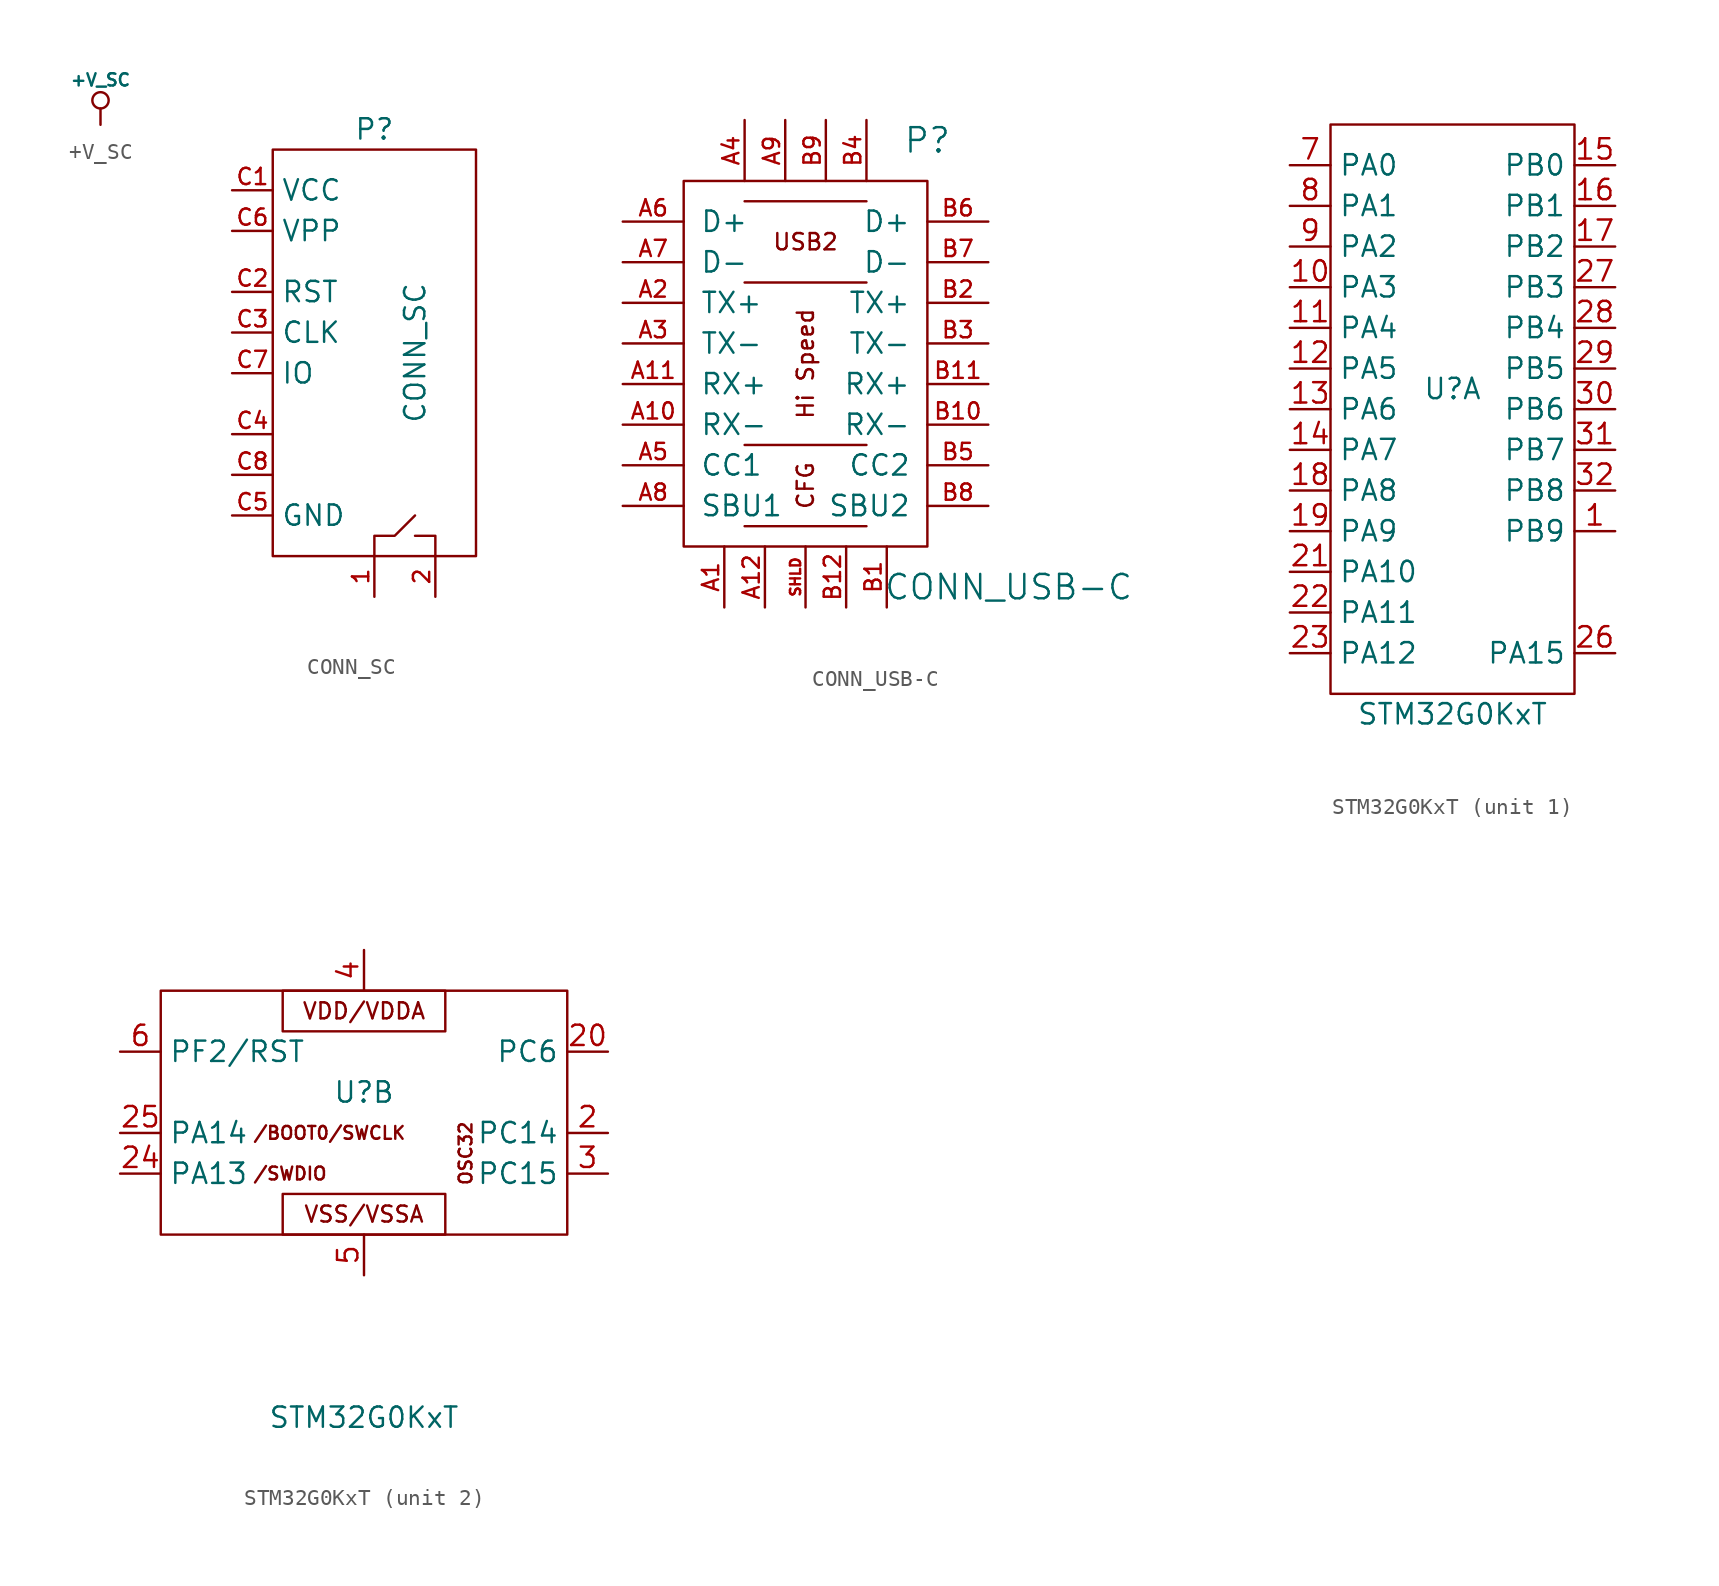
<source format=kicad_sym>
(kicad_symbol_lib
  (version 20211014)
  (generator kicad_symbol_editor)
  (symbol "+V_SC"
    (power)
    (pin_names
      (offset 0))
    (property "Reference" "#PWR"
      (at 0 -1.016 0)
      (effects (font (size 0.762 0.762)) hide))
    (property "Value" "+V_SC"
      (at 0 2.794 0)
      (effects (font (size 0.762 0.762))))
    (property "Footprint" ""
      (at 0 0 0)
      (effects (font (size 1.524 1.524))))
    (property "Datasheet" ""
      (at 0 0 0)
      (effects (font (size 1.524 1.524))))
    (symbol "+V_SC_0_0"
      (pin power_in line (at 0 0 90) (length 0) hide (name "+V_SC" (effects (font (size 0.762 0.762)))) (number "1" (effects (font (size 0.762 0.762))))))
    (symbol "+V_SC_0_1"
      (polyline (pts (xy 0 0) (xy 0 1.016) (xy 0 1.016)) (stroke (width 0) (type default) (color 0 0 0 0)) (fill (type none)))
      (circle (center 0 1.524) (radius 0.508) (stroke (width 0) (type default) (color 0 0 0 0)) (fill (type none)))))
  (symbol "CONN_SC"
    (property "Reference" "P"
      (at 0 13.97 0)
      (effects (font (size 1.27 1.27))))
    (property "Value" "CONN_SC"
      (at 2.54 0 90)
      (effects (font (size 1.27 1.27))))
    (symbol "CONN_SC_0_1"
      (rectangle (start -6.35 12.7) (end 6.35 -12.7) (stroke (width 0) (type default) (color 0 0 0 0)) (fill (type none)))
      (polyline (pts (xy 3.81 -12.7) (xy 3.81 -11.43) (xy 2.54 -11.43)) (stroke (width 0) (type default) (color 0 0 0 0)) (fill (type none)))
      (polyline (pts (xy 0 -12.7) (xy 0 -11.43) (xy 1.27 -11.43) (xy 2.54 -10.16)) (stroke (width 0) (type default) (color 0 0 0 0)) (fill (type none))))
    (symbol "CONN_SC_1_1"
      (pin passive line (at 0 -15.24 90) (length 2.54) (name "~" (effects (font (size 1.27 1.27)))) (number "1" (effects (font (size 1.016 1.016)))))
      (pin passive line (at 3.81 -15.24 90) (length 2.54) (name "~" (effects (font (size 1.27 1.27)))) (number "2" (effects (font (size 1.016 1.016)))))
      (pin power_in line (at -8.89 10.16 0) (length 2.54) (name "VCC" (effects (font (size 1.27 1.27)))) (number "C1" (effects (font (size 1.016 1.016)))))
      (pin input line (at -8.89 3.81 0) (length 2.54) (name "RST" (effects (font (size 1.27 1.27)))) (number "C2" (effects (font (size 1.016 1.016)))))
      (pin power_in line (at -8.89 1.27 0) (length 2.54) (name "CLK" (effects (font (size 1.27 1.27)))) (number "C3" (effects (font (size 1.016 1.016)))))
      (pin passive line (at -8.89 -5.08 0) (length 2.54) (name "~" (effects (font (size 1.27 1.27)))) (number "C4" (effects (font (size 1.016 1.016)))))
      (pin power_in line (at -8.89 -10.16 0) (length 2.54) (name "GND" (effects (font (size 1.27 1.27)))) (number "C5" (effects (font (size 1.016 1.016)))))
      (pin power_in line (at -8.89 7.62 0) (length 2.54) (name "VPP" (effects (font (size 1.27 1.27)))) (number "C6" (effects (font (size 1.016 1.016)))))
      (pin bidirectional line (at -8.89 -1.27 0) (length 2.54) (name "IO" (effects (font (size 1.27 1.27)))) (number "C7" (effects (font (size 1.016 1.016)))))
      (pin passive line (at -8.89 -7.62 0) (length 2.54) (name "~" (effects (font (size 1.27 1.27)))) (number "C8" (effects (font (size 1.016 1.016)))))))
  (symbol "CONN_USB-C"
    (pin_names
      (offset 1.016))
    (property "Reference" "P"
      (at 7.62 13.97 0)
      (effects (font (size 1.524 1.524))))
    (property "Value" "CONN_USB-C"
      (at 12.7 -13.97 0)
      (effects (font (size 1.524 1.524))))
    (property "Footprint" ""
      (at 0 0 0)
      (effects (font (size 1.524 1.524))))
    (property "Datasheet" ""
      (at 0 0 0)
      (effects (font (size 1.524 1.524))))
    (symbol "CONN_USB-C_0_0"
      (polyline (pts (xy -3.81 -10.16) (xy 3.81 -10.16)) (stroke (width 0) (type default) (color 0 0 0 0)) (fill (type none)))
      (polyline (pts (xy -3.81 -5.08) (xy 3.81 -5.08)) (stroke (width 0) (type default) (color 0 0 0 0)) (fill (type none)))
      (polyline (pts (xy -3.81 5.08) (xy 3.81 5.08)) (stroke (width 0) (type default) (color 0 0 0 0)) (fill (type none)))
      (polyline (pts (xy -3.81 10.16) (xy 3.81 10.16)) (stroke (width 0) (type default) (color 0 0 0 0)) (fill (type none)))
      (text "CFG" (at 0 -7.62 900) (effects (font (size 1.016 1.016))))
      (text "Hi Speed" (at 0 0 900) (effects (font (size 1.016 1.016))))
      (text "USB2" (at 0 7.62 0) (effects (font (size 1.016 1.016)))))
    (symbol "CONN_USB-C_0_1"
      (rectangle (start -7.62 11.43) (end 7.62 -11.43) (stroke (width 0) (type default) (color 0 0 0 0)) (fill (type none))))
    (symbol "CONN_USB-C_1_1"
      (pin power_in line (at -5.08 -15.24 90) (length 3.81) (name "~" (effects (font (size 1.27 1.27)))) (number "A1" (effects (font (size 1.016 1.016)))))
      (pin bidirectional line (at -11.43 -3.81 0) (length 3.81) (name "RX-" (effects (font (size 1.27 1.27)))) (number "A10" (effects (font (size 1.016 1.016)))))
      (pin bidirectional line (at -11.43 -1.27 0) (length 3.81) (name "RX+" (effects (font (size 1.27 1.27)))) (number "A11" (effects (font (size 1.016 1.016)))))
      (pin power_in line (at -2.54 -15.24 90) (length 3.81) (name "~" (effects (font (size 1.27 1.27)))) (number "A12" (effects (font (size 1.016 1.016)))))
      (pin bidirectional line (at -11.43 3.81 0) (length 3.81) (name "TX+" (effects (font (size 1.27 1.27)))) (number "A2" (effects (font (size 1.016 1.016)))))
      (pin bidirectional line (at -11.43 1.27 0) (length 3.81) (name "TX-" (effects (font (size 1.27 1.27)))) (number "A3" (effects (font (size 1.016 1.016)))))
      (pin power_in line (at -3.81 15.24 270) (length 3.81) (name "~" (effects (font (size 1.27 1.27)))) (number "A4" (effects (font (size 1.016 1.016)))))
      (pin bidirectional line (at -11.43 -6.35 0) (length 3.81) (name "CC1" (effects (font (size 1.27 1.27)))) (number "A5" (effects (font (size 1.016 1.016)))))
      (pin bidirectional line (at -11.43 8.89 0) (length 3.81) (name "D+" (effects (font (size 1.27 1.27)))) (number "A6" (effects (font (size 1.016 1.016)))))
      (pin bidirectional line (at -11.43 6.35 0) (length 3.81) (name "D-" (effects (font (size 1.27 1.27)))) (number "A7" (effects (font (size 1.016 1.016)))))
      (pin bidirectional line (at -11.43 -8.89 0) (length 3.81) (name "SBU1" (effects (font (size 1.27 1.27)))) (number "A8" (effects (font (size 1.016 1.016)))))
      (pin power_in line (at -1.27 15.24 270) (length 3.81) (name "~" (effects (font (size 1.27 1.27)))) (number "A9" (effects (font (size 1.016 1.016)))))
      (pin power_in line (at 5.08 -15.24 90) (length 3.81) (name "~" (effects (font (size 1.27 1.27)))) (number "B1" (effects (font (size 1.016 1.016)))))
      (pin bidirectional line (at 11.43 -3.81 180) (length 3.81) (name "RX-" (effects (font (size 1.27 1.27)))) (number "B10" (effects (font (size 1.016 1.016)))))
      (pin bidirectional line (at 11.43 -1.27 180) (length 3.81) (name "RX+" (effects (font (size 1.27 1.27)))) (number "B11" (effects (font (size 1.016 1.016)))))
      (pin power_in line (at 2.54 -15.24 90) (length 3.81) (name "~" (effects (font (size 1.27 1.27)))) (number "B12" (effects (font (size 1.016 1.016)))))
      (pin bidirectional line (at 11.43 3.81 180) (length 3.81) (name "TX+" (effects (font (size 1.27 1.27)))) (number "B2" (effects (font (size 1.016 1.016)))))
      (pin bidirectional line (at 11.43 1.27 180) (length 3.81) (name "TX-" (effects (font (size 1.27 1.27)))) (number "B3" (effects (font (size 1.016 1.016)))))
      (pin power_in line (at 3.81 15.24 270) (length 3.81) (name "~" (effects (font (size 1.27 1.27)))) (number "B4" (effects (font (size 1.016 1.016)))))
      (pin bidirectional line (at 11.43 -6.35 180) (length 3.81) (name "CC2" (effects (font (size 1.27 1.27)))) (number "B5" (effects (font (size 1.016 1.016)))))
      (pin bidirectional line (at 11.43 8.89 180) (length 3.81) (name "D+" (effects (font (size 1.27 1.27)))) (number "B6" (effects (font (size 1.016 1.016)))))
      (pin bidirectional line (at 11.43 6.35 180) (length 3.81) (name "D-" (effects (font (size 1.27 1.27)))) (number "B7" (effects (font (size 1.016 1.016)))))
      (pin bidirectional line (at 11.43 -8.89 180) (length 3.81) (name "SBU2" (effects (font (size 1.27 1.27)))) (number "B8" (effects (font (size 1.016 1.016)))))
      (pin power_in line (at 1.27 15.24 270) (length 3.81) (name "~" (effects (font (size 1.27 1.27)))) (number "B9" (effects (font (size 1.016 1.016)))))
      (pin power_in line (at 0 -15.24 90) (length 3.81) (name "~" (effects (font (size 1.27 1.27)))) (number "SHLD" (effects (font (size 0.635 0.635)))))))
  (symbol "STM32G0KxT"
    (property "Reference" "U"
      (at 0 1.27 0)
      (effects (font (size 1.27 1.27))))
    (property "Value" "STM32G0KxT"
      (at 0 -19.05 0)
      (effects (font (size 1.27 1.27))))
    (symbol "STM32G0KxT_1_1"
      (rectangle (start -7.62 17.78) (end 7.62 -17.78) (stroke (width 0) (type default) (color 0 0 0 0)) (fill (type none)))
      (pin bidirectional line (at 10.16 -7.62 180) (length 2.54) (name "PB9" (effects (font (size 1.27 1.27)))) (number "1" (effects (font (size 1.27 1.27)))))
      (pin bidirectional line (at -10.16 7.62 0) (length 2.54) (name "PA3" (effects (font (size 1.27 1.27)))) (number "10" (effects (font (size 1.27 1.27)))))
      (pin bidirectional line (at -10.16 5.08 0) (length 2.54) (name "PA4" (effects (font (size 1.27 1.27)))) (number "11" (effects (font (size 1.27 1.27)))))
      (pin bidirectional line (at -10.16 2.54 0) (length 2.54) (name "PA5" (effects (font (size 1.27 1.27)))) (number "12" (effects (font (size 1.27 1.27)))))
      (pin bidirectional line (at -10.16 0 0) (length 2.54) (name "PA6" (effects (font (size 1.27 1.27)))) (number "13" (effects (font (size 1.27 1.27)))))
      (pin bidirectional line (at -10.16 -2.54 0) (length 2.54) (name "PA7" (effects (font (size 1.27 1.27)))) (number "14" (effects (font (size 1.27 1.27)))))
      (pin bidirectional line (at 10.16 15.24 180) (length 2.54) (name "PB0" (effects (font (size 1.27 1.27)))) (number "15" (effects (font (size 1.27 1.27)))))
      (pin bidirectional line (at 10.16 12.7 180) (length 2.54) (name "PB1" (effects (font (size 1.27 1.27)))) (number "16" (effects (font (size 1.27 1.27)))))
      (pin bidirectional line (at 10.16 10.16 180) (length 2.54) (name "PB2" (effects (font (size 1.27 1.27)))) (number "17" (effects (font (size 1.27 1.27)))))
      (pin bidirectional line (at -10.16 -5.08 0) (length 2.54) (name "PA8" (effects (font (size 1.27 1.27)))) (number "18" (effects (font (size 1.27 1.27)))))
      (pin bidirectional line (at -10.16 -7.62 0) (length 2.54) (name "PA9" (effects (font (size 1.27 1.27)))) (number "19" (effects (font (size 1.27 1.27)))))
      (pin bidirectional line (at -10.16 -10.16 0) (length 2.54) (name "PA10" (effects (font (size 1.27 1.27)))) (number "21" (effects (font (size 1.27 1.27)))))
      (pin bidirectional line (at -10.16 -12.7 0) (length 2.54) (name "PA11" (effects (font (size 1.27 1.27)))) (number "22" (effects (font (size 1.27 1.27)))))
      (pin bidirectional line (at -10.16 -15.24 0) (length 2.54) (name "PA12" (effects (font (size 1.27 1.27)))) (number "23" (effects (font (size 1.27 1.27)))))
      (pin bidirectional line (at 10.16 -15.24 180) (length 2.54) (name "PA15" (effects (font (size 1.27 1.27)))) (number "26" (effects (font (size 1.27 1.27)))))
      (pin bidirectional line (at 10.16 7.62 180) (length 2.54) (name "PB3" (effects (font (size 1.27 1.27)))) (number "27" (effects (font (size 1.27 1.27)))))
      (pin bidirectional line (at 10.16 5.08 180) (length 2.54) (name "PB4" (effects (font (size 1.27 1.27)))) (number "28" (effects (font (size 1.27 1.27)))))
      (pin bidirectional line (at 10.16 2.54 180) (length 2.54) (name "PB5" (effects (font (size 1.27 1.27)))) (number "29" (effects (font (size 1.27 1.27)))))
      (pin bidirectional line (at 10.16 0 180) (length 2.54) (name "PB6" (effects (font (size 1.27 1.27)))) (number "30" (effects (font (size 1.27 1.27)))))
      (pin bidirectional line (at 10.16 -2.54 180) (length 2.54) (name "PB7" (effects (font (size 1.27 1.27)))) (number "31" (effects (font (size 1.27 1.27)))))
      (pin bidirectional line (at 10.16 -5.08 180) (length 2.54) (name "PB8" (effects (font (size 1.27 1.27)))) (number "32" (effects (font (size 1.27 1.27)))))
      (pin bidirectional line (at -10.16 15.24 0) (length 2.54) (name "PA0" (effects (font (size 1.27 1.27)))) (number "7" (effects (font (size 1.27 1.27)))))
      (pin bidirectional line (at -10.16 12.7 0) (length 2.54) (name "PA1" (effects (font (size 1.27 1.27)))) (number "8" (effects (font (size 1.27 1.27)))))
      (pin bidirectional line (at -10.16 10.16 0) (length 2.54) (name "PA2" (effects (font (size 1.27 1.27)))) (number "9" (effects (font (size 1.27 1.27))))))
    (symbol "STM32G0KxT_2_1"
      (rectangle (start -12.7 7.62) (end 12.7 -7.62) (stroke (width 0) (type default) (color 0 0 0 0)) (fill (type none)))
      (rectangle (start -5.08 -5.08) (end 5.08 -7.62) (stroke (width 0) (type default) (color 0 0 0 0)) (fill (type none)))
      (rectangle (start -5.08 7.62) (end 5.08 5.08) (stroke (width 0) (type default) (color 0 0 0 0)) (fill (type none)))
      (text "/BOOT0/SWCLK" (at -6.985 -1.27 0) (effects (font (size 0.8 0.8)) (justify left)))
      (text "/SWDIO" (at -6.985 -3.81 0) (effects (font (size 0.8 0.8)) (justify left)))
      (text "OSC32" (at 6.35 -2.54 900) (effects (font (size 0.8 0.8))))
      (text "VDD/VDDA" (at 0 6.35 0) (effects (font (size 1 1))))
      (text "VSS/VSSA" (at 0 -6.35 0) (effects (font (size 1 1))))
      (pin bidirectional line (at 15.24 -1.27 180) (length 2.54) (name "PC14" (effects (font (size 1.27 1.27)))) (number "2" (effects (font (size 1.27 1.27)))))
      (pin bidirectional line (at 15.24 3.81 180) (length 2.54) (name "PC6" (effects (font (size 1.27 1.27)))) (number "20" (effects (font (size 1.27 1.27)))))
      (pin bidirectional line (at -15.24 -3.81 0) (length 2.54) (name "PA13" (effects (font (size 1.27 1.27)))) (number "24" (effects (font (size 1.27 1.27)))))
      (pin bidirectional line (at -15.24 -1.27 0) (length 2.54) (name "PA14" (effects (font (size 1.27 1.27)))) (number "25" (effects (font (size 1.27 1.27)))))
      (pin bidirectional line (at 15.24 -3.81 180) (length 2.54) (name "PC15" (effects (font (size 1.27 1.27)))) (number "3" (effects (font (size 1.27 1.27)))))
      (pin power_in line (at 0 10.16 270) (length 2.54) (name "~" (effects (font (size 1.27 1.27)))) (number "4" (effects (font (size 1.27 1.27)))))
      (pin power_in line (at 0 -10.16 90) (length 2.54) (name "~" (effects (font (size 1.27 1.27)))) (number "5" (effects (font (size 1.27 1.27)))))
      (pin bidirectional line (at -15.24 3.81 0) (length 2.54) (name "PF2/RST" (effects (font (size 1.27 1.27)))) (number "6" (effects (font (size 1.27 1.27))))))))
</source>
